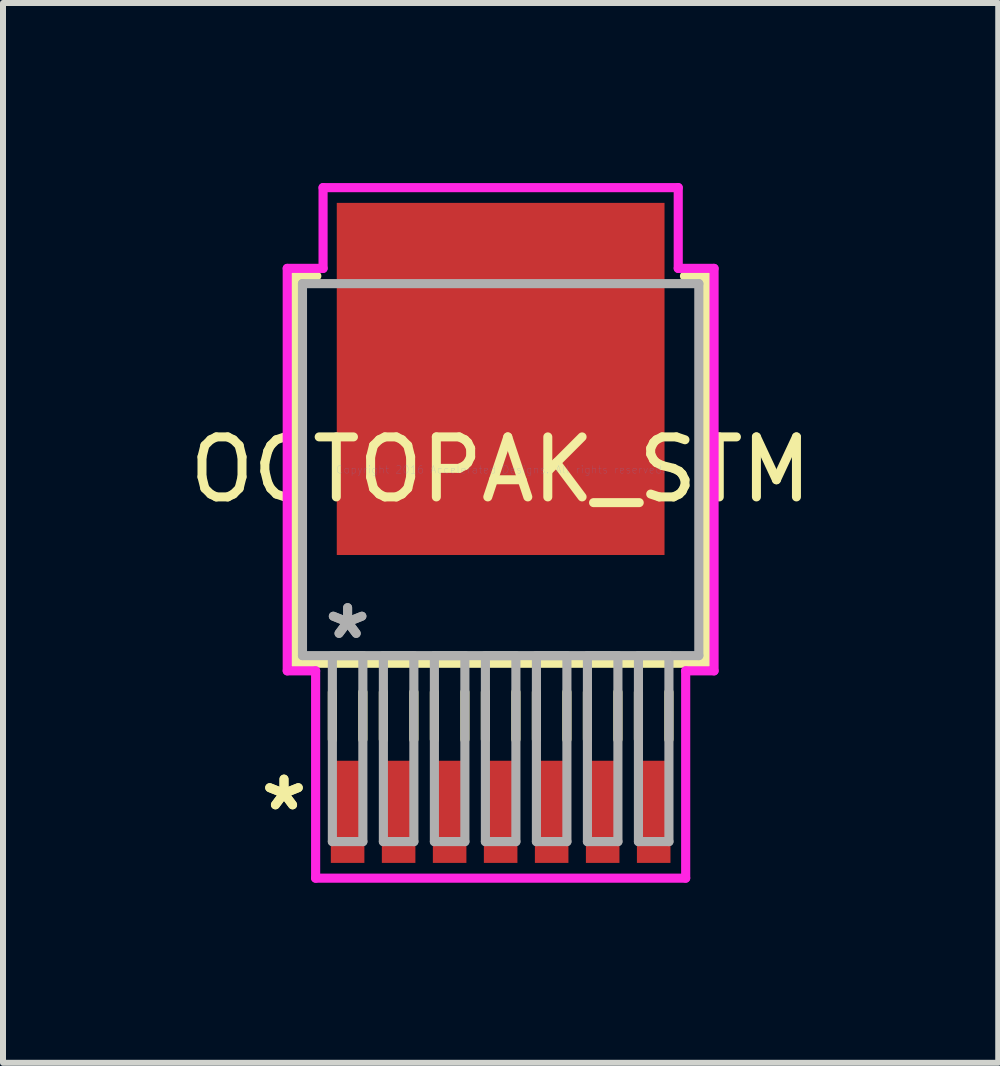
<source format=kicad_pcb>
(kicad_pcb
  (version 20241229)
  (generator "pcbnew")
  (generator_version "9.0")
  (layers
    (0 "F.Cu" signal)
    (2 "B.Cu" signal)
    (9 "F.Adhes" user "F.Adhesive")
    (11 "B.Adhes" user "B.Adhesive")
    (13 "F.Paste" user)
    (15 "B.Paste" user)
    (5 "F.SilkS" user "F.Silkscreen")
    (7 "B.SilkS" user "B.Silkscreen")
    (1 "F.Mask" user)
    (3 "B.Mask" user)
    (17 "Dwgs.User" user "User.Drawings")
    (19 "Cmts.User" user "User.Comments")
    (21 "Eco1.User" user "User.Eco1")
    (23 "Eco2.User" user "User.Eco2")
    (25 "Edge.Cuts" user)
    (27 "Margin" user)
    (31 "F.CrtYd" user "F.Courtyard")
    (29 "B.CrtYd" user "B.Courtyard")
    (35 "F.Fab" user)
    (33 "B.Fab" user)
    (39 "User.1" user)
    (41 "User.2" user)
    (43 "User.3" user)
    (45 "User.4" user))
  (footprint "OCTOPAK_STM"
    (layer "F.Cu")
    (at 5.292 4.775)
    (property "Reference" "OCTOPAK_STM" (at 0 0 0) (layer "F.SilkS") (effects (font (size 1 1) (thickness 0.15))))
    (attr through_hole)
    (fp_line (start -3.429 -3.226) (end -3.429 3.226) (stroke (width 0.152) (type solid)) (layer "F.SilkS"))
    (fp_line (start -3.429 3.226) (end 3.429 3.226) (stroke (width 0.152) (type solid)) (layer "F.SilkS"))
    (fp_line (start -3.063 -3.226) (end -3.429 -3.226) (stroke (width 0.152) (type solid)) (layer "F.SilkS"))
    (fp_line (start -2.804 3.708) (end -2.804 4.496) (stroke (width 0.152) (type solid)) (layer "F.SilkS"))
    (fp_line (start -2.296 3.708) (end -2.296 4.496) (stroke (width 0.152) (type solid)) (layer "F.SilkS"))
    (fp_line (start -1.954 3.708) (end -1.954 4.496) (stroke (width 0.152) (type solid)) (layer "F.SilkS"))
    (fp_line (start -1.446 3.708) (end -1.446 4.496) (stroke (width 0.152) (type solid)) (layer "F.SilkS"))
    (fp_line (start -1.104 3.708) (end -1.104 4.496) (stroke (width 0.152) (type solid)) (layer "F.SilkS"))
    (fp_line (start -0.596 3.708) (end -0.596 4.496) (stroke (width 0.152) (type solid)) (layer "F.SilkS"))
    (fp_line (start -0.254 3.708) (end -0.254 4.496) (stroke (width 0.152) (type solid)) (layer "F.SilkS"))
    (fp_line (start 0.254 3.708) (end 0.254 4.496) (stroke (width 0.152) (type solid)) (layer "F.SilkS"))
    (fp_line (start 0.596 3.708) (end 0.596 4.496) (stroke (width 0.152) (type solid)) (layer "F.SilkS"))
    (fp_line (start 1.104 3.708) (end 1.104 4.496) (stroke (width 0.152) (type solid)) (layer "F.SilkS"))
    (fp_line (start 1.446 3.708) (end 1.446 4.496) (stroke (width 0.152) (type solid)) (layer "F.SilkS"))
    (fp_line (start 1.954 3.708) (end 1.954 4.496) (stroke (width 0.152) (type solid)) (layer "F.SilkS"))
    (fp_line (start 2.296 3.708) (end 2.296 4.496) (stroke (width 0.152) (type solid)) (layer "F.SilkS"))
    (fp_line (start 2.804 3.708) (end 2.804 4.496) (stroke (width 0.152) (type solid)) (layer "F.SilkS"))
    (fp_line (start 3.429 -3.226) (end 3.063 -3.226) (stroke (width 0.152) (type solid)) (layer "F.SilkS"))
    (fp_line (start 3.429 3.226) (end 3.429 -3.226) (stroke (width 0.152) (type solid)) (layer "F.SilkS"))
    (fp_line (start -3.556 -3.353) (end -2.959 -3.353) (stroke (width 0.152) (type solid)) (layer "F.CrtYd"))
    (fp_line (start -3.556 3.353) (end -3.556 -3.353) (stroke (width 0.152) (type solid)) (layer "F.CrtYd"))
    (fp_line (start -3.083 3.353) (end -3.556 3.353) (stroke (width 0.152) (type solid)) (layer "F.CrtYd"))
    (fp_line (start -3.083 6.807) (end -3.083 3.353) (stroke (width 0.152) (type solid)) (layer "F.CrtYd"))
    (fp_line (start -2.959 -4.699) (end 2.959 -4.699) (stroke (width 0.152) (type solid)) (layer "F.CrtYd"))
    (fp_line (start -2.959 -3.353) (end -2.959 -4.699) (stroke (width 0.152) (type solid)) (layer "F.CrtYd"))
    (fp_line (start 2.959 -4.699) (end 2.959 -3.353) (stroke (width 0.152) (type solid)) (layer "F.CrtYd"))
    (fp_line (start 2.959 -3.353) (end 3.556 -3.353) (stroke (width 0.152) (type solid)) (layer "F.CrtYd"))
    (fp_line (start 3.083 3.353) (end 3.083 6.807) (stroke (width 0.152) (type solid)) (layer "F.CrtYd"))
    (fp_line (start 3.083 6.807) (end -3.083 6.807) (stroke (width 0.152) (type solid)) (layer "F.CrtYd"))
    (fp_line (start 3.556 -3.353) (end 3.556 3.353) (stroke (width 0.152) (type solid)) (layer "F.CrtYd"))
    (fp_line (start 3.556 3.353) (end 3.083 3.353) (stroke (width 0.152) (type solid)) (layer "F.CrtYd"))
    (fp_line (start -3.302 -3.099) (end -3.302 3.099) (stroke (width 0.152) (type solid)) (layer "F.Fab"))
    (fp_line (start -3.302 3.099) (end 3.302 3.099) (stroke (width 0.152) (type solid)) (layer "F.Fab"))
    (fp_line (start -2.804 3.099) (end -2.804 6.198) (stroke (width 0.152) (type solid)) (layer "F.Fab"))
    (fp_line (start -2.804 6.198) (end -2.296 6.198) (stroke (width 0.152) (type solid)) (layer "F.Fab"))
    (fp_line (start -2.296 3.099) (end -2.804 3.099) (stroke (width 0.152) (type solid)) (layer "F.Fab"))
    (fp_line (start -2.296 6.198) (end -2.296 3.099) (stroke (width 0.152) (type solid)) (layer "F.Fab"))
    (fp_line (start -1.954 3.099) (end -1.954 6.198) (stroke (width 0.152) (type solid)) (layer "F.Fab"))
    (fp_line (start -1.954 6.198) (end -1.446 6.198) (stroke (width 0.152) (type solid)) (layer "F.Fab"))
    (fp_line (start -1.446 3.099) (end -1.954 3.099) (stroke (width 0.152) (type solid)) (layer "F.Fab"))
    (fp_line (start -1.446 6.198) (end -1.446 3.099) (stroke (width 0.152) (type solid)) (layer "F.Fab"))
    (fp_line (start -1.104 3.099) (end -1.104 6.198) (stroke (width 0.152) (type solid)) (layer "F.Fab"))
    (fp_line (start -1.104 6.198) (end -0.596 6.198) (stroke (width 0.152) (type solid)) (layer "F.Fab"))
    (fp_line (start -0.596 3.099) (end -1.104 3.099) (stroke (width 0.152) (type solid)) (layer "F.Fab"))
    (fp_line (start -0.596 6.198) (end -0.596 3.099) (stroke (width 0.152) (type solid)) (layer "F.Fab"))
    (fp_line (start -0.254 3.099) (end -0.254 6.198) (stroke (width 0.152) (type solid)) (layer "F.Fab"))
    (fp_line (start -0.254 6.198) (end 0.254 6.198) (stroke (width 0.152) (type solid)) (layer "F.Fab"))
    (fp_line (start 0.254 3.099) (end -0.254 3.099) (stroke (width 0.152) (type solid)) (layer "F.Fab"))
    (fp_line (start 0.254 6.198) (end 0.254 3.099) (stroke (width 0.152) (type solid)) (layer "F.Fab"))
    (fp_line (start 0.596 3.099) (end 0.596 6.198) (stroke (width 0.152) (type solid)) (layer "F.Fab"))
    (fp_line (start 0.596 6.198) (end 1.104 6.198) (stroke (width 0.152) (type solid)) (layer "F.Fab"))
    (fp_line (start 1.104 3.099) (end 0.596 3.099) (stroke (width 0.152) (type solid)) (layer "F.Fab"))
    (fp_line (start 1.104 6.198) (end 1.104 3.099) (stroke (width 0.152) (type solid)) (layer "F.Fab"))
    (fp_line (start 1.446 3.099) (end 1.446 6.198) (stroke (width 0.152) (type solid)) (layer "F.Fab"))
    (fp_line (start 1.446 6.198) (end 1.954 6.198) (stroke (width 0.152) (type solid)) (layer "F.Fab"))
    (fp_line (start 1.954 3.099) (end 1.446 3.099) (stroke (width 0.152) (type solid)) (layer "F.Fab"))
    (fp_line (start 1.954 6.198) (end 1.954 3.099) (stroke (width 0.152) (type solid)) (layer "F.Fab"))
    (fp_line (start 2.296 3.099) (end 2.296 6.198) (stroke (width 0.152) (type solid)) (layer "F.Fab"))
    (fp_line (start 2.296 6.198) (end 2.804 6.198) (stroke (width 0.152) (type solid)) (layer "F.Fab"))
    (fp_line (start 2.804 3.099) (end 2.296 3.099) (stroke (width 0.152) (type solid)) (layer "F.Fab"))
    (fp_line (start 2.804 6.198) (end 2.804 3.099) (stroke (width 0.152) (type solid)) (layer "F.Fab"))
    (fp_line (start 3.302 -3.099) (end -3.302 -3.099) (stroke (width 0.152) (type solid)) (layer "F.Fab"))
    (fp_line (start 3.302 3.099) (end 3.302 -3.099) (stroke (width 0.152) (type solid)) (layer "F.Fab"))
    (fp_text user "*" (at -3.61 5.702 0) (layer "F.SilkS") (effects (font (size 1 1) (thickness 0.15))))
    (fp_text user "*" (at -3.61 5.702 0) (layer "F.SilkS") (effects (font (size 1 1) (thickness 0.15))))
    (fp_text user "Copyright 2016 Accelerated Designs. All rights reserved." (at 0 0 0) (layer "Cmts.User") (effects (font (size 0.127 0.127) (thickness 0.002))))
    (fp_text user "*" (at -2.55 2.845 0) (layer "F.Fab") (effects (font (size 1 1) (thickness 0.15))))
    (fp_text user "*" (at -2.55 2.845 0) (layer "F.Fab") (effects (font (size 1 1) (thickness 0.15))))
    (pad "1" smd rect (at -2.55 5.702) (size 0.559 1.702) (layers "F.Cu" "F.Mask" "F.Paste"))
    (pad "2" smd rect (at -1.7 5.702) (size 0.559 1.702) (layers "F.Cu" "F.Mask" "F.Paste"))
    (pad "3" smd rect (at -0.85 5.702) (size 0.559 1.702) (layers "F.Cu" "F.Mask" "F.Paste"))
    (pad "4" smd rect (at 0 5.702) (size 0.559 1.702) (layers "F.Cu" "F.Mask" "F.Paste"))
    (pad "5" smd rect (at 0.85 5.702) (size 0.559 1.702) (layers "F.Cu" "F.Mask" "F.Paste"))
    (pad "6" smd rect (at 1.7 5.702) (size 0.559 1.702) (layers "F.Cu" "F.Mask" "F.Paste"))
    (pad "7" smd rect (at 2.55 5.702) (size 0.559 1.702) (layers "F.Cu" "F.Mask" "F.Paste"))
    (pad "8" smd rect (at 0 -1.511) (size 5.461 5.867) (layers "F.Cu" "F.Mask" "F.Paste")))
  (gr_rect
    (start -3 -3)
    (end 13.583 14.659)
    (stroke (width 0.1) (type default))
    (fill no)
    (layer "Edge.Cuts")))
</source>
